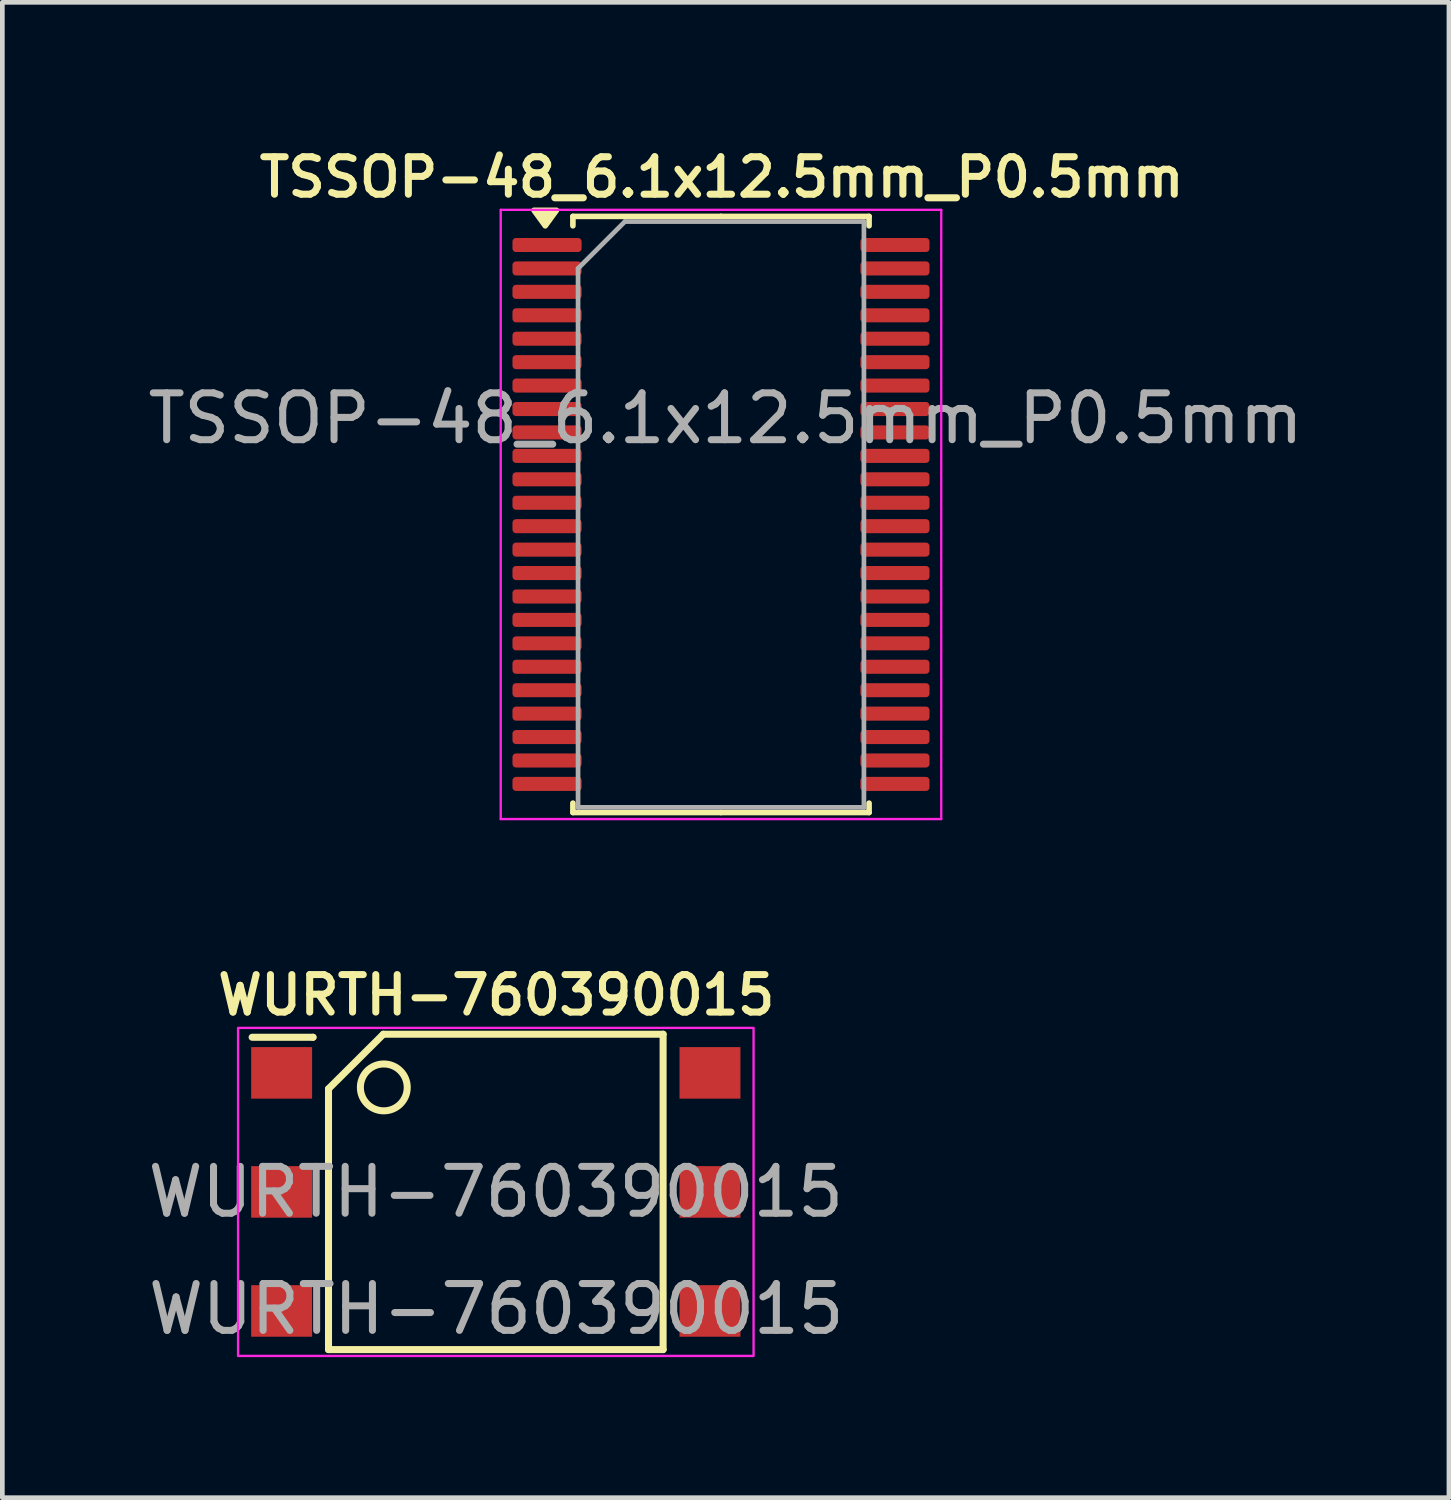
<source format=kicad_pcb>
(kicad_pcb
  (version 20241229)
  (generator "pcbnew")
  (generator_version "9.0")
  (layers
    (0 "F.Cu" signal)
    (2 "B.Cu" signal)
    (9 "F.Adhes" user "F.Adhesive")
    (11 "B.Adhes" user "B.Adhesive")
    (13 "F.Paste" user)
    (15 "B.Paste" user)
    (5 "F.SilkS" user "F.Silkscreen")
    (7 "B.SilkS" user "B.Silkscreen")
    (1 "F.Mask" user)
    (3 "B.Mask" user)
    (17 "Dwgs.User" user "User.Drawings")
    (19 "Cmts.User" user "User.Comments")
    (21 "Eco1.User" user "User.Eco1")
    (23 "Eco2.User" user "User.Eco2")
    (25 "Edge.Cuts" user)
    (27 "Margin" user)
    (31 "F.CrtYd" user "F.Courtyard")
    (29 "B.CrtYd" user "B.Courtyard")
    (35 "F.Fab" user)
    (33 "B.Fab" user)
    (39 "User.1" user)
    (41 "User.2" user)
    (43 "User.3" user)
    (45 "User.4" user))
  (footprint "WURTH-760390015"
    (layer "F.Cu")
    (at 7.54 22.384)
    (property "Reference" "WURTH-760390015" (at 0 -4.2 0) (unlocked yes) (layer "F.SilkS") (effects (font (size 0.8 0.8) (thickness 0.15) (bold yes))))
    (attr smd)
    (fp_line (start -5.21 -3.3) (end -3.91 -3.3) (stroke (width 0.15) (type solid)) (layer "F.SilkS"))
    (fp_line (start -3.91 -3.3) (end -3.91 -3.3) (stroke (width 0.15) (type solid)) (layer "F.SilkS"))
    (fp_line (start -3.58 -2.2) (end -2.41 -3.365) (stroke (width 0.15) (type solid)) (layer "F.SilkS"))
    (fp_line (start -3.58 3.365) (end -3.58 -2.2) (stroke (width 0.15) (type solid)) (layer "F.SilkS"))
    (fp_line (start -2.41 -3.365) (end 3.56 -3.365) (stroke (width 0.15) (type solid)) (layer "F.SilkS"))
    (fp_line (start 3.56 -3.365) (end 3.56 3.365) (stroke (width 0.15) (type solid)) (layer "F.SilkS"))
    (fp_line (start 3.56 3.365) (end -3.58 3.365) (stroke (width 0.15) (type solid)) (layer "F.SilkS"))
    (fp_circle (center -2.4 -2.23) (end -2 -1.93) (stroke (width 0.15) (type solid)) (fill no) (layer "F.SilkS"))
    (fp_rect (start -5.51 -3.5) (end 5.49 3.5) (stroke (width 0.05) (type default)) (fill no) (layer "F.CrtYd"))
    (fp_text user "${REFERENCE}" (at -0.01 0 0) (layer "F.Fab") (effects (font (size 1 1) (thickness 0.15))))
    (fp_text user "${REFERENCE}" (at 0 2.5 0) (unlocked yes) (layer "F.Fab") (effects (font (size 1 1) (thickness 0.15))))
    (pad "1" smd rect (at -4.58 -2.54) (size 1.3 1.1) (layers "F.Cu" "F.Mask" "F.Paste"))
    (pad "2" smd rect (at -4.58 0) (size 1.3 1.1) (layers "F.Cu" "F.Mask" "F.Paste"))
    (pad "3" smd rect (at -4.58 2.54) (size 1.3 1.1) (layers "F.Cu" "F.Mask" "F.Paste"))
    (pad "4" smd rect (at 4.56 2.54) (size 1.3 1.1) (layers "F.Cu" "F.Mask" "F.Paste"))
    (pad "5" smd rect (at 4.56 0) (size 1.3 1.1) (layers "F.Cu" "F.Mask" "F.Paste"))
    (pad "6" smd rect (at 4.56 -2.54) (size 1.3 1.1) (layers "F.Cu" "F.Mask" "F.Paste")))
  (footprint "TSSOP-48_6.1x12.5mm_P0.5mm"
    (layer "F.Cu")
    (at 12.335 7.928)
    (property "Reference" "TSSOP-48_6.1x12.5mm_P0.5mm" (at 0.015 -7.196 180) (layer "F.SilkS") (effects (font (size 0.8 0.8) (thickness 0.15))))
    (attr smd)
    (fp_line (start -3.16 -6.36) (end -3.16 -6.16) (stroke (width 0.12) (type solid)) (layer "F.SilkS"))
    (fp_line (start -3.16 6.36) (end -3.16 6.16) (stroke (width 0.12) (type solid)) (layer "F.SilkS"))
    (fp_line (start 0 -6.36) (end -3.16 -6.36) (stroke (width 0.12) (type solid)) (layer "F.SilkS"))
    (fp_line (start 0 -6.36) (end 3.16 -6.36) (stroke (width 0.12) (type solid)) (layer "F.SilkS"))
    (fp_line (start 0 6.36) (end -3.16 6.36) (stroke (width 0.12) (type solid)) (layer "F.SilkS"))
    (fp_line (start 0 6.36) (end 3.16 6.36) (stroke (width 0.12) (type solid)) (layer "F.SilkS"))
    (fp_line (start 3.16 -6.36) (end 3.16 -6.16) (stroke (width 0.12) (type solid)) (layer "F.SilkS"))
    (fp_line (start 3.16 6.36) (end 3.16 6.16) (stroke (width 0.12) (type solid)) (layer "F.SilkS"))
    (fp_poly (pts (xy -3.75 -6.16) (xy -3.99 -6.49) (xy -3.51 -6.49) (xy -3.75 -6.16)) (stroke (width 0.12) (type solid)) (fill yes) (layer "F.SilkS"))
    (fp_line (start -4.7 -6.5) (end -4.7 6.5) (stroke (width 0.05) (type solid)) (layer "F.CrtYd"))
    (fp_line (start -4.7 6.5) (end 4.7 6.5) (stroke (width 0.05) (type solid)) (layer "F.CrtYd"))
    (fp_line (start 4.7 -6.5) (end -4.7 -6.5) (stroke (width 0.05) (type solid)) (layer "F.CrtYd"))
    (fp_line (start 4.7 6.5) (end 4.7 -6.5) (stroke (width 0.05) (type solid)) (layer "F.CrtYd"))
    (fp_line (start -3.05 -5.25) (end -2.05 -6.25) (stroke (width 0.1) (type solid)) (layer "F.Fab"))
    (fp_line (start -3.05 6.25) (end -3.05 -5.25) (stroke (width 0.1) (type solid)) (layer "F.Fab"))
    (fp_line (start -2.05 -6.25) (end 3.05 -6.25) (stroke (width 0.1) (type solid)) (layer "F.Fab"))
    (fp_line (start 3.05 -6.25) (end 3.05 6.25) (stroke (width 0.1) (type solid)) (layer "F.Fab"))
    (fp_line (start 3.05 6.25) (end -3.05 6.25) (stroke (width 0.1) (type solid)) (layer "F.Fab"))
    (fp_text user "${REFERENCE}" (at 0.1 -2.05 180) (layer "F.Fab") (effects (font (size 1 1) (thickness 0.15))))
    (pad "1" smd roundrect (at -3.712 -5.75) (size 1.475 0.3) (layers "F.Cu" "F.Mask" "F.Paste") (roundrect_rratio 0.25))
    (pad "2" smd roundrect (at -3.712 -5.25) (size 1.475 0.3) (layers "F.Cu" "F.Mask" "F.Paste") (roundrect_rratio 0.25))
    (pad "3" smd roundrect (at -3.712 -4.75) (size 1.475 0.3) (layers "F.Cu" "F.Mask" "F.Paste") (roundrect_rratio 0.25))
    (pad "4" smd roundrect (at -3.712 -4.25) (size 1.475 0.3) (layers "F.Cu" "F.Mask" "F.Paste") (roundrect_rratio 0.25))
    (pad "5" smd roundrect (at -3.712 -3.75) (size 1.475 0.3) (layers "F.Cu" "F.Mask" "F.Paste") (roundrect_rratio 0.25))
    (pad "6" smd roundrect (at -3.712 -3.25) (size 1.475 0.3) (layers "F.Cu" "F.Mask" "F.Paste") (roundrect_rratio 0.25))
    (pad "7" smd roundrect (at -3.712 -2.75) (size 1.475 0.3) (layers "F.Cu" "F.Mask" "F.Paste") (roundrect_rratio 0.25))
    (pad "8" smd roundrect (at -3.712 -2.25) (size 1.475 0.3) (layers "F.Cu" "F.Mask" "F.Paste") (roundrect_rratio 0.25))
    (pad "9" smd roundrect (at -3.712 -1.75) (size 1.475 0.3) (layers "F.Cu" "F.Mask" "F.Paste") (roundrect_rratio 0.25))
    (pad "10" smd roundrect (at -3.712 -1.25) (size 1.475 0.3) (layers "F.Cu" "F.Mask" "F.Paste") (roundrect_rratio 0.25))
    (pad "11" smd roundrect (at -3.712 -0.75) (size 1.475 0.3) (layers "F.Cu" "F.Mask" "F.Paste") (roundrect_rratio 0.25))
    (pad "12" smd roundrect (at -3.712 -0.25) (size 1.475 0.3) (layers "F.Cu" "F.Mask" "F.Paste") (roundrect_rratio 0.25))
    (pad "13" smd roundrect (at -3.712 0.25) (size 1.475 0.3) (layers "F.Cu" "F.Mask" "F.Paste") (roundrect_rratio 0.25))
    (pad "14" smd roundrect (at -3.712 0.75) (size 1.475 0.3) (layers "F.Cu" "F.Mask" "F.Paste") (roundrect_rratio 0.25))
    (pad "15" smd roundrect (at -3.712 1.25) (size 1.475 0.3) (layers "F.Cu" "F.Mask" "F.Paste") (roundrect_rratio 0.25))
    (pad "16" smd roundrect (at -3.712 1.75) (size 1.475 0.3) (layers "F.Cu" "F.Mask" "F.Paste") (roundrect_rratio 0.25))
    (pad "17" smd roundrect (at -3.712 2.25) (size 1.475 0.3) (layers "F.Cu" "F.Mask" "F.Paste") (roundrect_rratio 0.25))
    (pad "18" smd roundrect (at -3.712 2.75) (size 1.475 0.3) (layers "F.Cu" "F.Mask" "F.Paste") (roundrect_rratio 0.25))
    (pad "19" smd roundrect (at -3.712 3.25) (size 1.475 0.3) (layers "F.Cu" "F.Mask" "F.Paste") (roundrect_rratio 0.25))
    (pad "20" smd roundrect (at -3.712 3.75) (size 1.475 0.3) (layers "F.Cu" "F.Mask" "F.Paste") (roundrect_rratio 0.25))
    (pad "21" smd roundrect (at -3.712 4.25) (size 1.475 0.3) (layers "F.Cu" "F.Mask" "F.Paste") (roundrect_rratio 0.25))
    (pad "22" smd roundrect (at -3.712 4.75) (size 1.475 0.3) (layers "F.Cu" "F.Mask" "F.Paste") (roundrect_rratio 0.25))
    (pad "23" smd roundrect (at -3.712 5.25) (size 1.475 0.3) (layers "F.Cu" "F.Mask" "F.Paste") (roundrect_rratio 0.25))
    (pad "24" smd roundrect (at -3.712 5.75) (size 1.475 0.3) (layers "F.Cu" "F.Mask" "F.Paste") (roundrect_rratio 0.25))
    (pad "25" smd roundrect (at 3.712 5.75) (size 1.475 0.3) (layers "F.Cu" "F.Mask" "F.Paste") (roundrect_rratio 0.25))
    (pad "26" smd roundrect (at 3.712 5.25) (size 1.475 0.3) (layers "F.Cu" "F.Mask" "F.Paste") (roundrect_rratio 0.25))
    (pad "27" smd roundrect (at 3.712 4.75) (size 1.475 0.3) (layers "F.Cu" "F.Mask" "F.Paste") (roundrect_rratio 0.25))
    (pad "28" smd roundrect (at 3.712 4.25) (size 1.475 0.3) (layers "F.Cu" "F.Mask" "F.Paste") (roundrect_rratio 0.25))
    (pad "29" smd roundrect (at 3.712 3.75) (size 1.475 0.3) (layers "F.Cu" "F.Mask" "F.Paste") (roundrect_rratio 0.25))
    (pad "30" smd roundrect (at 3.712 3.25) (size 1.475 0.3) (layers "F.Cu" "F.Mask" "F.Paste") (roundrect_rratio 0.25))
    (pad "31" smd roundrect (at 3.712 2.75) (size 1.475 0.3) (layers "F.Cu" "F.Mask" "F.Paste") (roundrect_rratio 0.25))
    (pad "32" smd roundrect (at 3.712 2.25) (size 1.475 0.3) (layers "F.Cu" "F.Mask" "F.Paste") (roundrect_rratio 0.25))
    (pad "33" smd roundrect (at 3.712 1.75) (size 1.475 0.3) (layers "F.Cu" "F.Mask" "F.Paste") (roundrect_rratio 0.25))
    (pad "34" smd roundrect (at 3.712 1.25) (size 1.475 0.3) (layers "F.Cu" "F.Mask" "F.Paste") (roundrect_rratio 0.25))
    (pad "35" smd roundrect (at 3.712 0.75) (size 1.475 0.3) (layers "F.Cu" "F.Mask" "F.Paste") (roundrect_rratio 0.25))
    (pad "36" smd roundrect (at 3.712 0.25) (size 1.475 0.3) (layers "F.Cu" "F.Mask" "F.Paste") (roundrect_rratio 0.25))
    (pad "37" smd roundrect (at 3.712 -0.25) (size 1.475 0.3) (layers "F.Cu" "F.Mask" "F.Paste") (roundrect_rratio 0.25))
    (pad "38" smd roundrect (at 3.712 -0.75) (size 1.475 0.3) (layers "F.Cu" "F.Mask" "F.Paste") (roundrect_rratio 0.25))
    (pad "39" smd roundrect (at 3.712 -1.25) (size 1.475 0.3) (layers "F.Cu" "F.Mask" "F.Paste") (roundrect_rratio 0.25))
    (pad "40" smd roundrect (at 3.712 -1.75) (size 1.475 0.3) (layers "F.Cu" "F.Mask" "F.Paste") (roundrect_rratio 0.25))
    (pad "41" smd roundrect (at 3.712 -2.25) (size 1.475 0.3) (layers "F.Cu" "F.Mask" "F.Paste") (roundrect_rratio 0.25))
    (pad "42" smd roundrect (at 3.712 -2.75) (size 1.475 0.3) (layers "F.Cu" "F.Mask" "F.Paste") (roundrect_rratio 0.25))
    (pad "43" smd roundrect (at 3.712 -3.25) (size 1.475 0.3) (layers "F.Cu" "F.Mask" "F.Paste") (roundrect_rratio 0.25))
    (pad "44" smd roundrect (at 3.712 -3.75) (size 1.475 0.3) (layers "F.Cu" "F.Mask" "F.Paste") (roundrect_rratio 0.25))
    (pad "45" smd roundrect (at 3.712 -4.25) (size 1.475 0.3) (layers "F.Cu" "F.Mask" "F.Paste") (roundrect_rratio 0.25))
    (pad "46" smd roundrect (at 3.712 -4.75) (size 1.475 0.3) (layers "F.Cu" "F.Mask" "F.Paste") (roundrect_rratio 0.25))
    (pad "47" smd roundrect (at 3.712 -5.25) (size 1.475 0.3) (layers "F.Cu" "F.Mask" "F.Paste") (roundrect_rratio 0.25))
    (pad "48" smd roundrect (at 3.712 -5.75) (size 1.475 0.3) (layers "F.Cu" "F.Mask" "F.Paste") (roundrect_rratio 0.25)))
  (gr_rect
    (start -3 -3)
    (end 27.869 28.909)
    (stroke (width 0.1) (type default))
    (fill no)
    (layer "Edge.Cuts")))
</source>
